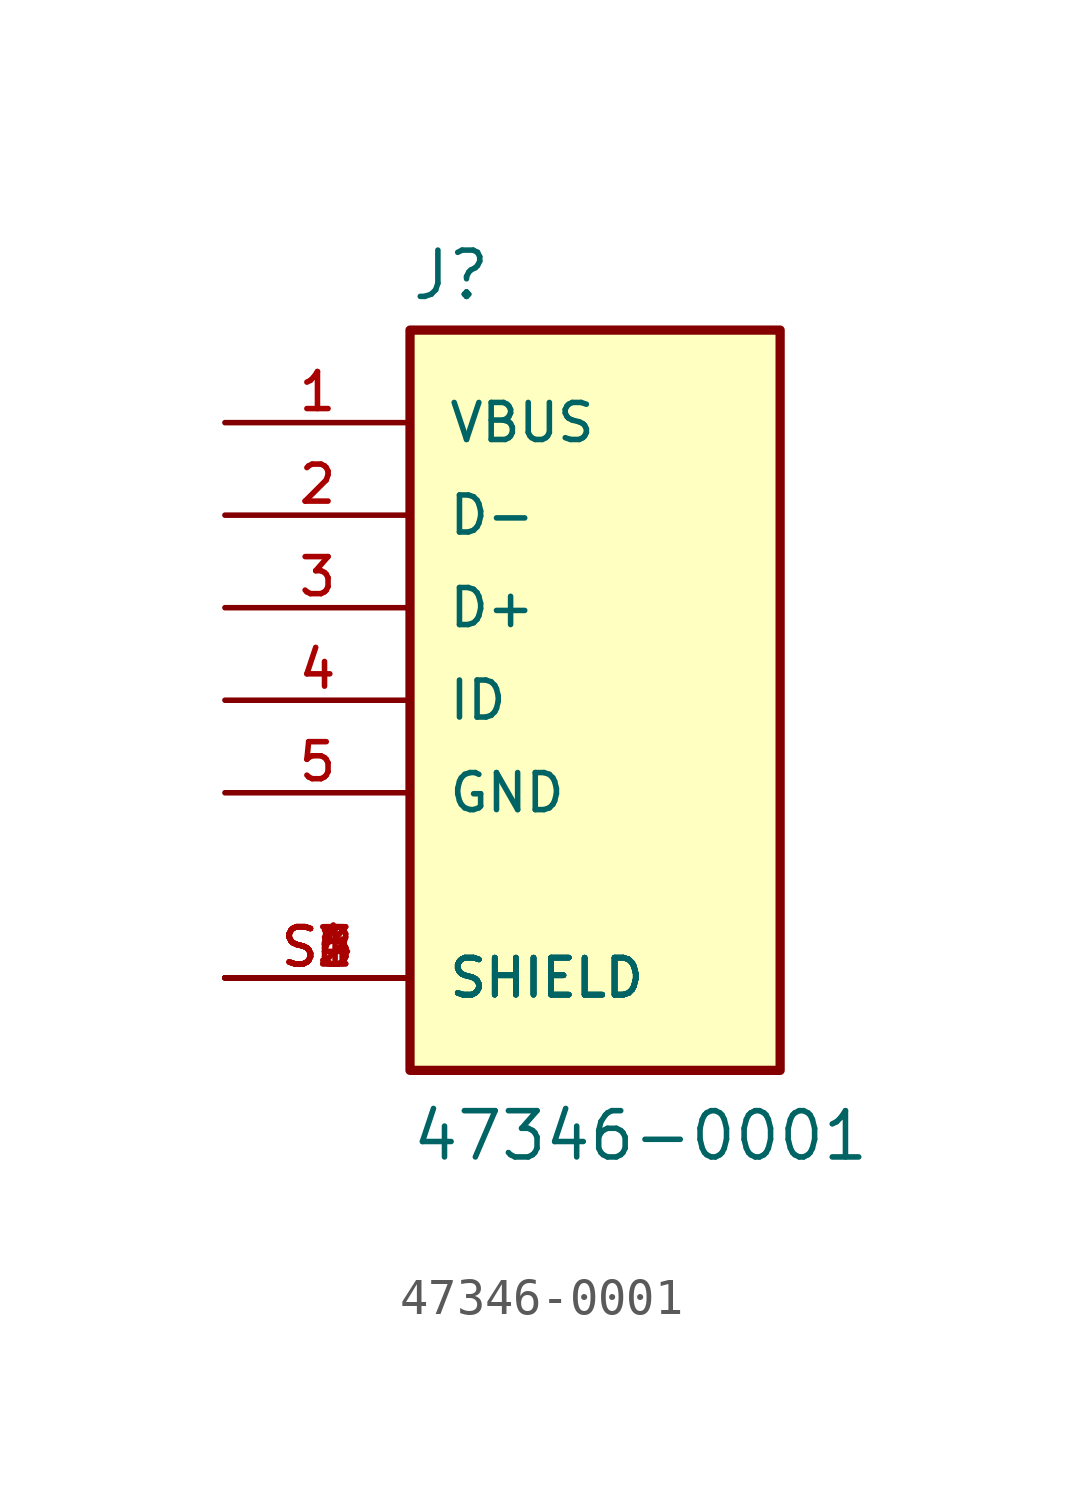
<source format=kicad_sym>
(kicad_symbol_lib
  (version 20211014)
  (generator kicad_symbol_editor)
  (symbol "47346-0001"
    (pin_names
      (offset 1.016))
    (property "Reference" "J"
      (at -5.08 10.922 0)
      (effects (font (size 1.27 1.27)) (justify left bottom)))
    (property "Value" "47346-0001"
      (at -5.08 -12.7 0)
      (effects (font (size 1.27 1.27)) (justify left bottom)))
    (property "ki_locked" ""
      (at 0 0 0)
      (effects (font (size 1.27 1.27))))
    (symbol "47346-0001_0_0"
      (rectangle (start -5.08 -10.16) (end 5.08 10.16) (stroke (width 0.254) (type default) (color 0 0 0 0)) (fill (type background)))
      (pin power_in line (at -10.16 7.62 0) (length 5.08) (name "VBUS" (effects (font (size 1.016 1.016)))) (number "1" (effects (font (size 1.016 1.016)))))
      (pin bidirectional line (at -10.16 5.08 0) (length 5.08) (name "D-" (effects (font (size 1.016 1.016)))) (number "2" (effects (font (size 1.016 1.016)))))
      (pin bidirectional line (at -10.16 2.54 0) (length 5.08) (name "D+" (effects (font (size 1.016 1.016)))) (number "3" (effects (font (size 1.016 1.016)))))
      (pin bidirectional line (at -10.16 0 0) (length 5.08) (name "ID" (effects (font (size 1.016 1.016)))) (number "4" (effects (font (size 1.016 1.016)))))
      (pin power_in line (at -10.16 -2.54 0) (length 5.08) (name "GND" (effects (font (size 1.016 1.016)))) (number "5" (effects (font (size 1.016 1.016)))))
      (pin passive line (at -10.16 -7.62 0) (length 5.08) (name "SHIELD" (effects (font (size 1.016 1.016)))) (number "S1" (effects (font (size 1.016 1.016)))))
      (pin passive line (at -10.16 -7.62 0) (length 5.08) (name "SHIELD" (effects (font (size 1.016 1.016)))) (number "S2" (effects (font (size 1.016 1.016)))))
      (pin passive line (at -10.16 -7.62 0) (length 5.08) (name "SHIELD" (effects (font (size 1.016 1.016)))) (number "S3" (effects (font (size 1.016 1.016)))))
      (pin passive line (at -10.16 -7.62 0) (length 5.08) (name "SHIELD" (effects (font (size 1.016 1.016)))) (number "S4" (effects (font (size 1.016 1.016)))))
      (pin passive line (at -10.16 -7.62 0) (length 5.08) (name "SHIELD" (effects (font (size 1.016 1.016)))) (number "S5" (effects (font (size 1.016 1.016)))))
      (pin passive line (at -10.16 -7.62 0) (length 5.08) (name "SHIELD" (effects (font (size 1.016 1.016)))) (number "S6" (effects (font (size 1.016 1.016))))))))
</source>
